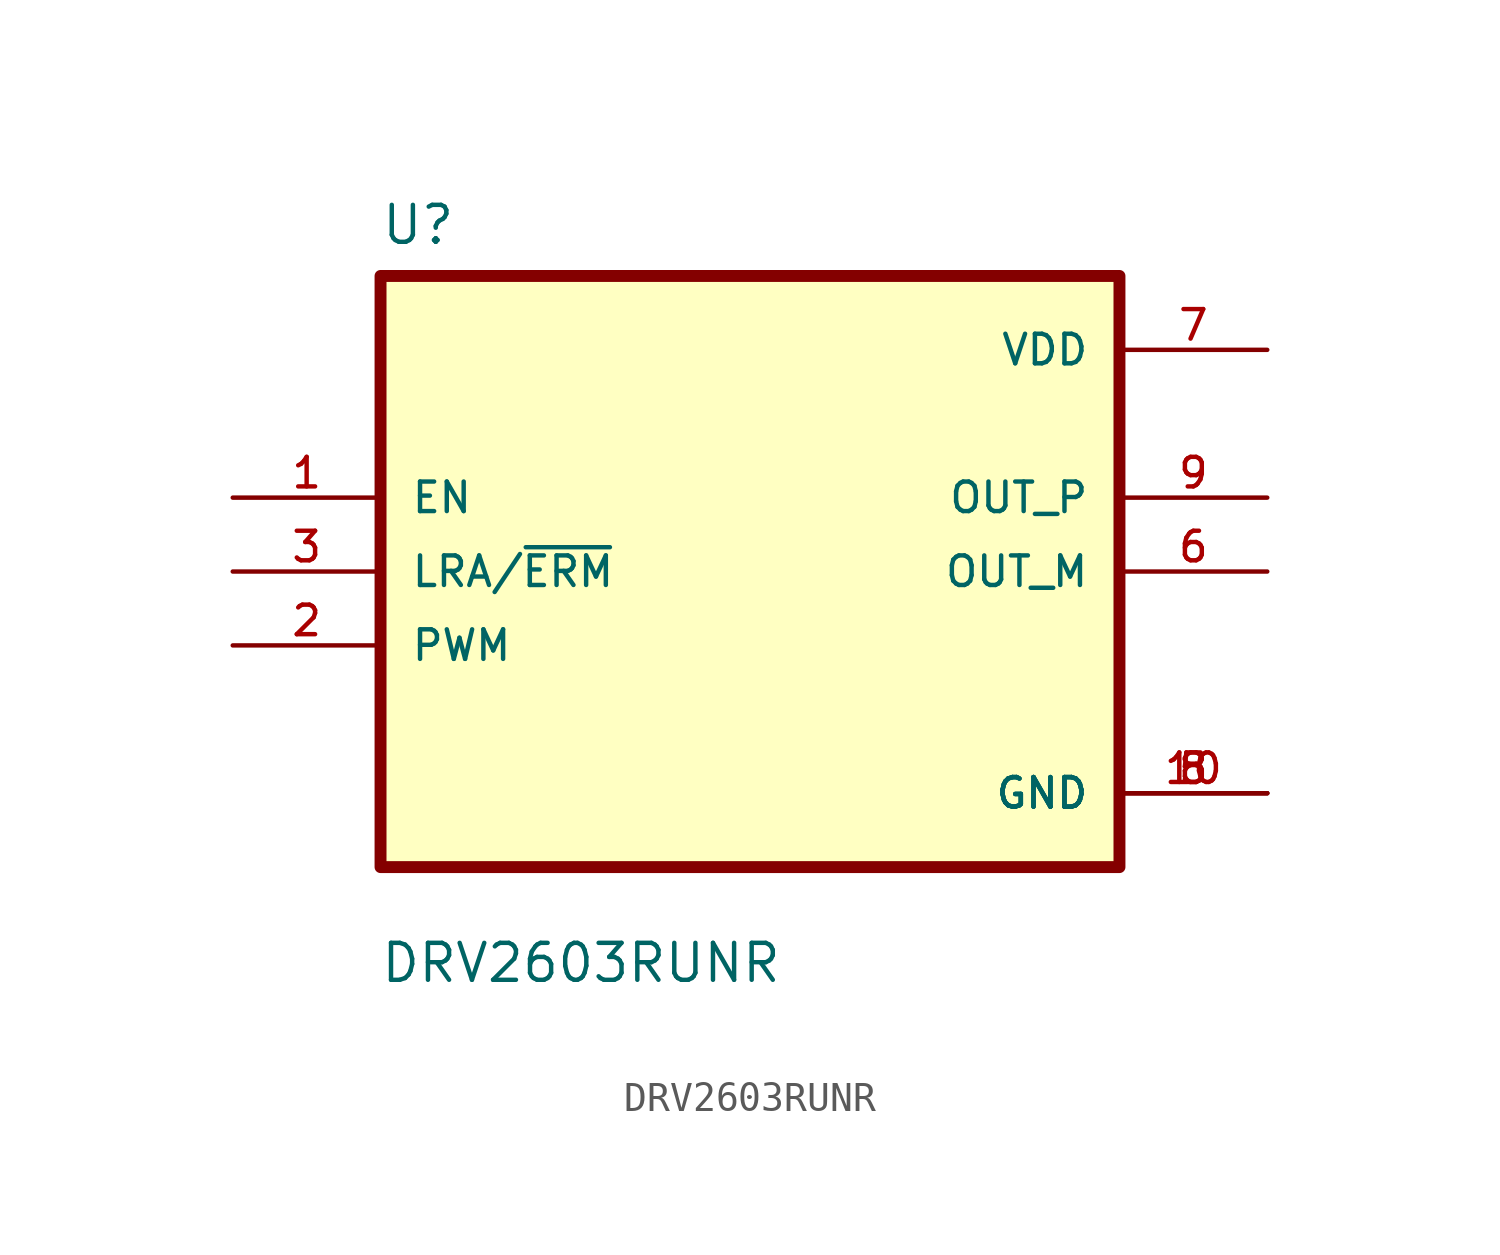
<source format=kicad_sym>
(kicad_symbol_lib
  (version 20211014)
  (generator kicad_symbol_editor)
  (symbol "DRV2603RUNR"
    (pin_names
      (offset 1.016))
    (property "Reference" "U"
      (at -12.716 11.171 0.0)
      (effects (font (size 1.27 1.27)) (justify bottom left)))
    (property "Value" "DRV2603RUNR"
      (at -12.742 -14.197 0.0)
      (effects (font (size 1.27 1.27)) (justify bottom left)))
    (symbol "DRV2603RUNR_0_0"
      (rectangle (start -12.7 -10.16) (end 12.7 10.16) (stroke (width 0.41)) (fill (type background)))
      (pin input line (at -17.78 2.54 0) (length 5.08) (name "EN" (effects (font (size 1.016 1.016)))) (number "1" (effects (font (size 1.016 1.016)))))
      (pin input line (at -17.78 0.0 0) (length 5.08) (name "LRA/~{ERM}" (effects (font (size 1.016 1.016)))) (number "3" (effects (font (size 1.016 1.016)))))
      (pin input line (at -17.78 -2.54 0) (length 5.08) (name "PWM" (effects (font (size 1.016 1.016)))) (number "2" (effects (font (size 1.016 1.016)))))
      (pin power_in line (at 17.78 7.62 180.0) (length 5.08) (name "VDD" (effects (font (size 1.016 1.016)))) (number "7" (effects (font (size 1.016 1.016)))))
      (pin output line (at 17.78 2.54 180.0) (length 5.08) (name "OUT_P" (effects (font (size 1.016 1.016)))) (number "9" (effects (font (size 1.016 1.016)))))
      (pin output line (at 17.78 0.0 180.0) (length 5.08) (name "OUT_M" (effects (font (size 1.016 1.016)))) (number "6" (effects (font (size 1.016 1.016)))))
      (pin power_in line (at 17.78 -7.62 180.0) (length 5.08) (name "GND" (effects (font (size 1.016 1.016)))) (number "5" (effects (font (size 1.016 1.016)))))
      (pin power_in line (at 17.78 -7.62 180.0) (length 5.08) (name "GND" (effects (font (size 1.016 1.016)))) (number "8" (effects (font (size 1.016 1.016)))))
      (pin power_in line (at 17.78 -7.62 180.0) (length 5.08) (name "GND" (effects (font (size 1.016 1.016)))) (number "10" (effects (font (size 1.016 1.016))))))))
</source>
